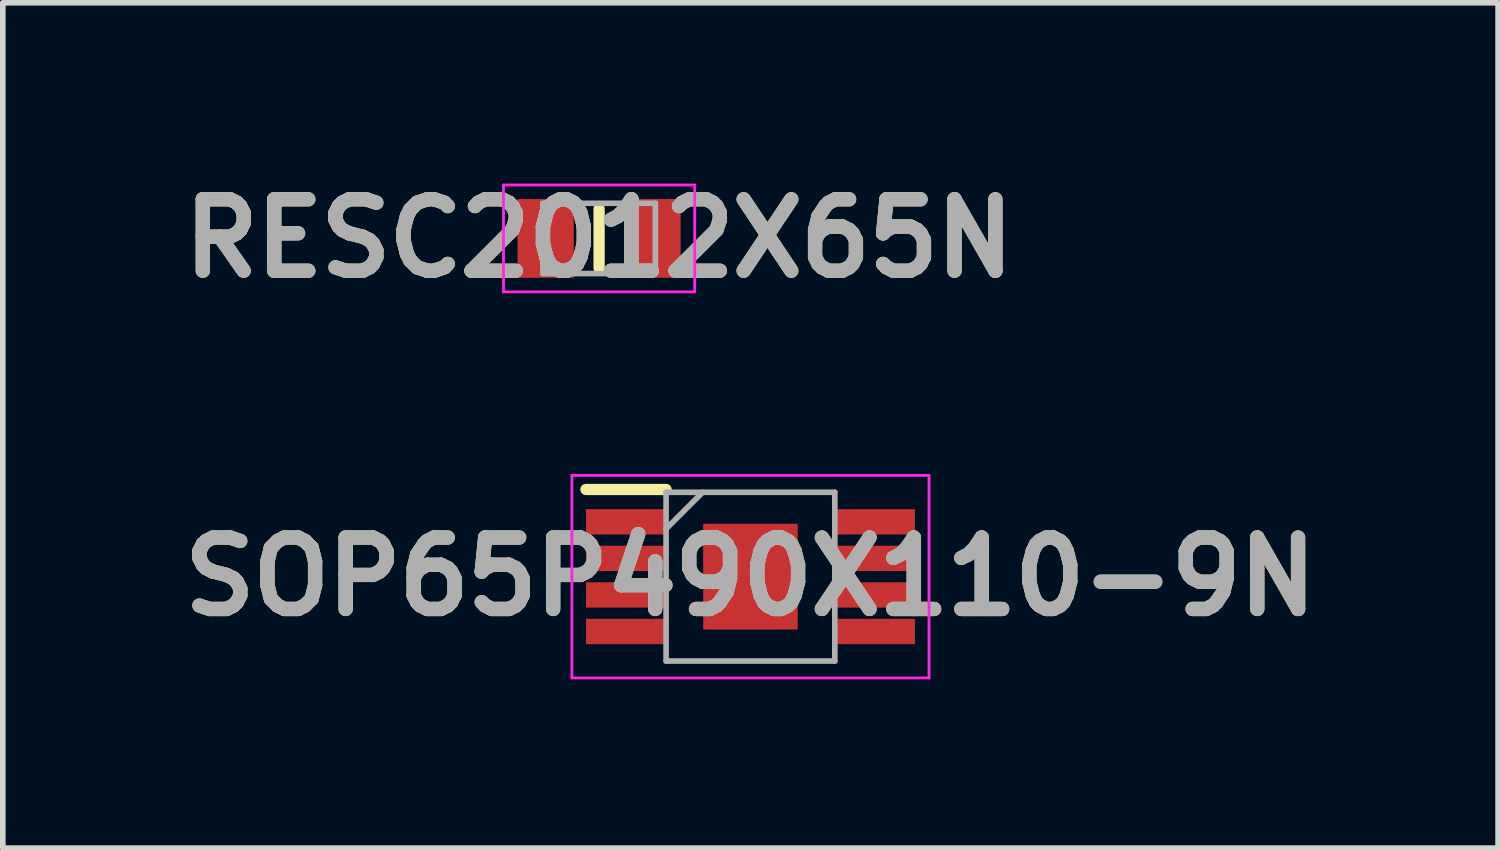
<source format=kicad_pcb>
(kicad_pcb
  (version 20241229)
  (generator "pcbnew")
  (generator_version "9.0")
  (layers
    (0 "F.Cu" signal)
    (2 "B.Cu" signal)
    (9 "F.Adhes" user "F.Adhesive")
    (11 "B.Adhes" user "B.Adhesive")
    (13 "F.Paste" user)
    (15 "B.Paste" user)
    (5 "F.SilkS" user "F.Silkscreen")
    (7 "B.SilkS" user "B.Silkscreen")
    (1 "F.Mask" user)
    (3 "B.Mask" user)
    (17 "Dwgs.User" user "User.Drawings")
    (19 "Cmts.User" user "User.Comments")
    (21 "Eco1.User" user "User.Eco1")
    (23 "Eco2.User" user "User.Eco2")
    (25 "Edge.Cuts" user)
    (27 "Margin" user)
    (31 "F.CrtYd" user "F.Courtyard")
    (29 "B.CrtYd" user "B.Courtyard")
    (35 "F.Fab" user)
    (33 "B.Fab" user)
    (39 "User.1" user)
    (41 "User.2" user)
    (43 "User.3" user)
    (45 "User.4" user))
  (footprint "SOP65P490X110-9N"
    (layer "F.Cu")
    (at 10.293 7.203)
    (property "Reference" "SOP65P490X110-9N" (at 0 0 0) (layer "F.SilkS") (effects (font (size 1.27 1.27) (thickness 0.254))))
    (attr smd)
    (fp_line (start -2.925 -1.55) (end -1.5 -1.55) (stroke (width 0.2) (type solid)) (layer "F.SilkS"))
    (fp_line (start -3.175 -1.801) (end 3.175 -1.801) (stroke (width 0.05) (type solid)) (layer "F.CrtYd"))
    (fp_line (start -3.175 1.801) (end -3.175 -1.801) (stroke (width 0.05) (type solid)) (layer "F.CrtYd"))
    (fp_line (start 3.175 -1.801) (end 3.175 1.801) (stroke (width 0.05) (type solid)) (layer "F.CrtYd"))
    (fp_line (start 3.175 1.801) (end -3.175 1.801) (stroke (width 0.05) (type solid)) (layer "F.CrtYd"))
    (fp_line (start -1.5 -1.5) (end 1.5 -1.5) (stroke (width 0.1) (type solid)) (layer "F.Fab"))
    (fp_line (start -1.5 -0.85) (end -0.85 -1.5) (stroke (width 0.1) (type solid)) (layer "F.Fab"))
    (fp_line (start -1.5 1.5) (end -1.5 -1.5) (stroke (width 0.1) (type solid)) (layer "F.Fab"))
    (fp_line (start 1.5 -1.5) (end 1.5 1.5) (stroke (width 0.1) (type solid)) (layer "F.Fab"))
    (fp_line (start 1.5 1.5) (end -1.5 1.5) (stroke (width 0.1) (type solid)) (layer "F.Fab"))
    (fp_text user "${REFERENCE}" (at 0 0 0) (layer "F.Fab") (effects (font (size 1.27 1.27) (thickness 0.254))))
    (pad "1" smd rect (at -2.212 -0.975 90) (size 0.45 1.425) (layers "F.Cu" "F.Mask" "F.Paste"))
    (pad "2" smd rect (at -2.212 -0.325 90) (size 0.45 1.425) (layers "F.Cu" "F.Mask" "F.Paste"))
    (pad "3" smd rect (at -2.212 0.325 90) (size 0.45 1.425) (layers "F.Cu" "F.Mask" "F.Paste"))
    (pad "4" smd rect (at -2.212 0.975 90) (size 0.45 1.425) (layers "F.Cu" "F.Mask" "F.Paste"))
    (pad "5" smd rect (at 2.212 0.975 90) (size 0.45 1.425) (layers "F.Cu" "F.Mask" "F.Paste"))
    (pad "6" smd rect (at 2.212 0.325 90) (size 0.45 1.425) (layers "F.Cu" "F.Mask" "F.Paste"))
    (pad "7" smd rect (at 2.212 -0.325 90) (size 0.45 1.425) (layers "F.Cu" "F.Mask" "F.Paste"))
    (pad "8" smd rect (at 2.212 -0.975 90) (size 0.45 1.425) (layers "F.Cu" "F.Mask" "F.Paste"))
    (pad "9" smd rect (at 0 0) (size 1.68 1.88) (layers "F.Cu" "F.Mask" "F.Paste")))
  (footprint "RESC2012X65N"
    (layer "F.Cu")
    (at 7.602 1.189)
    (property "Reference" "RESC2012X65N" (at 0 0 0) (layer "F.SilkS") (effects (font (size 1.27 1.27) (thickness 0.254))))
    (attr smd)
    (fp_line (start 0 -0.525) (end 0 0.525) (stroke (width 0.2) (type solid)) (layer "F.SilkS"))
    (fp_line (start -1.7 -0.95) (end 1.7 -0.95) (stroke (width 0.05) (type solid)) (layer "F.CrtYd"))
    (fp_line (start -1.7 0.95) (end -1.7 -0.95) (stroke (width 0.05) (type solid)) (layer "F.CrtYd"))
    (fp_line (start 1.7 -0.95) (end 1.7 0.95) (stroke (width 0.05) (type solid)) (layer "F.CrtYd"))
    (fp_line (start 1.7 0.95) (end -1.7 0.95) (stroke (width 0.05) (type solid)) (layer "F.CrtYd"))
    (fp_line (start -1 -0.625) (end 1 -0.625) (stroke (width 0.1) (type solid)) (layer "F.Fab"))
    (fp_line (start -1 0.625) (end -1 -0.625) (stroke (width 0.1) (type solid)) (layer "F.Fab"))
    (fp_line (start 1 -0.625) (end 1 0.625) (stroke (width 0.1) (type solid)) (layer "F.Fab"))
    (fp_line (start 1 0.625) (end -1 0.625) (stroke (width 0.1) (type solid)) (layer "F.Fab"))
    (fp_text user "${REFERENCE}" (at 0 0 0) (layer "F.Fab") (effects (font (size 1.27 1.27) (thickness 0.254))))
    (pad "1" smd rect (at -0.95 0) (size 1 1.4) (layers "F.Cu" "F.Mask" "F.Paste"))
    (pad "2" smd rect (at 0.95 0) (size 1 1.4) (layers "F.Cu" "F.Mask" "F.Paste")))
  (gr_rect
    (start -3 -3)
    (end 23.586 12.029)
    (stroke (width 0.1) (type default))
    (fill no)
    (layer "Edge.Cuts")))
</source>
